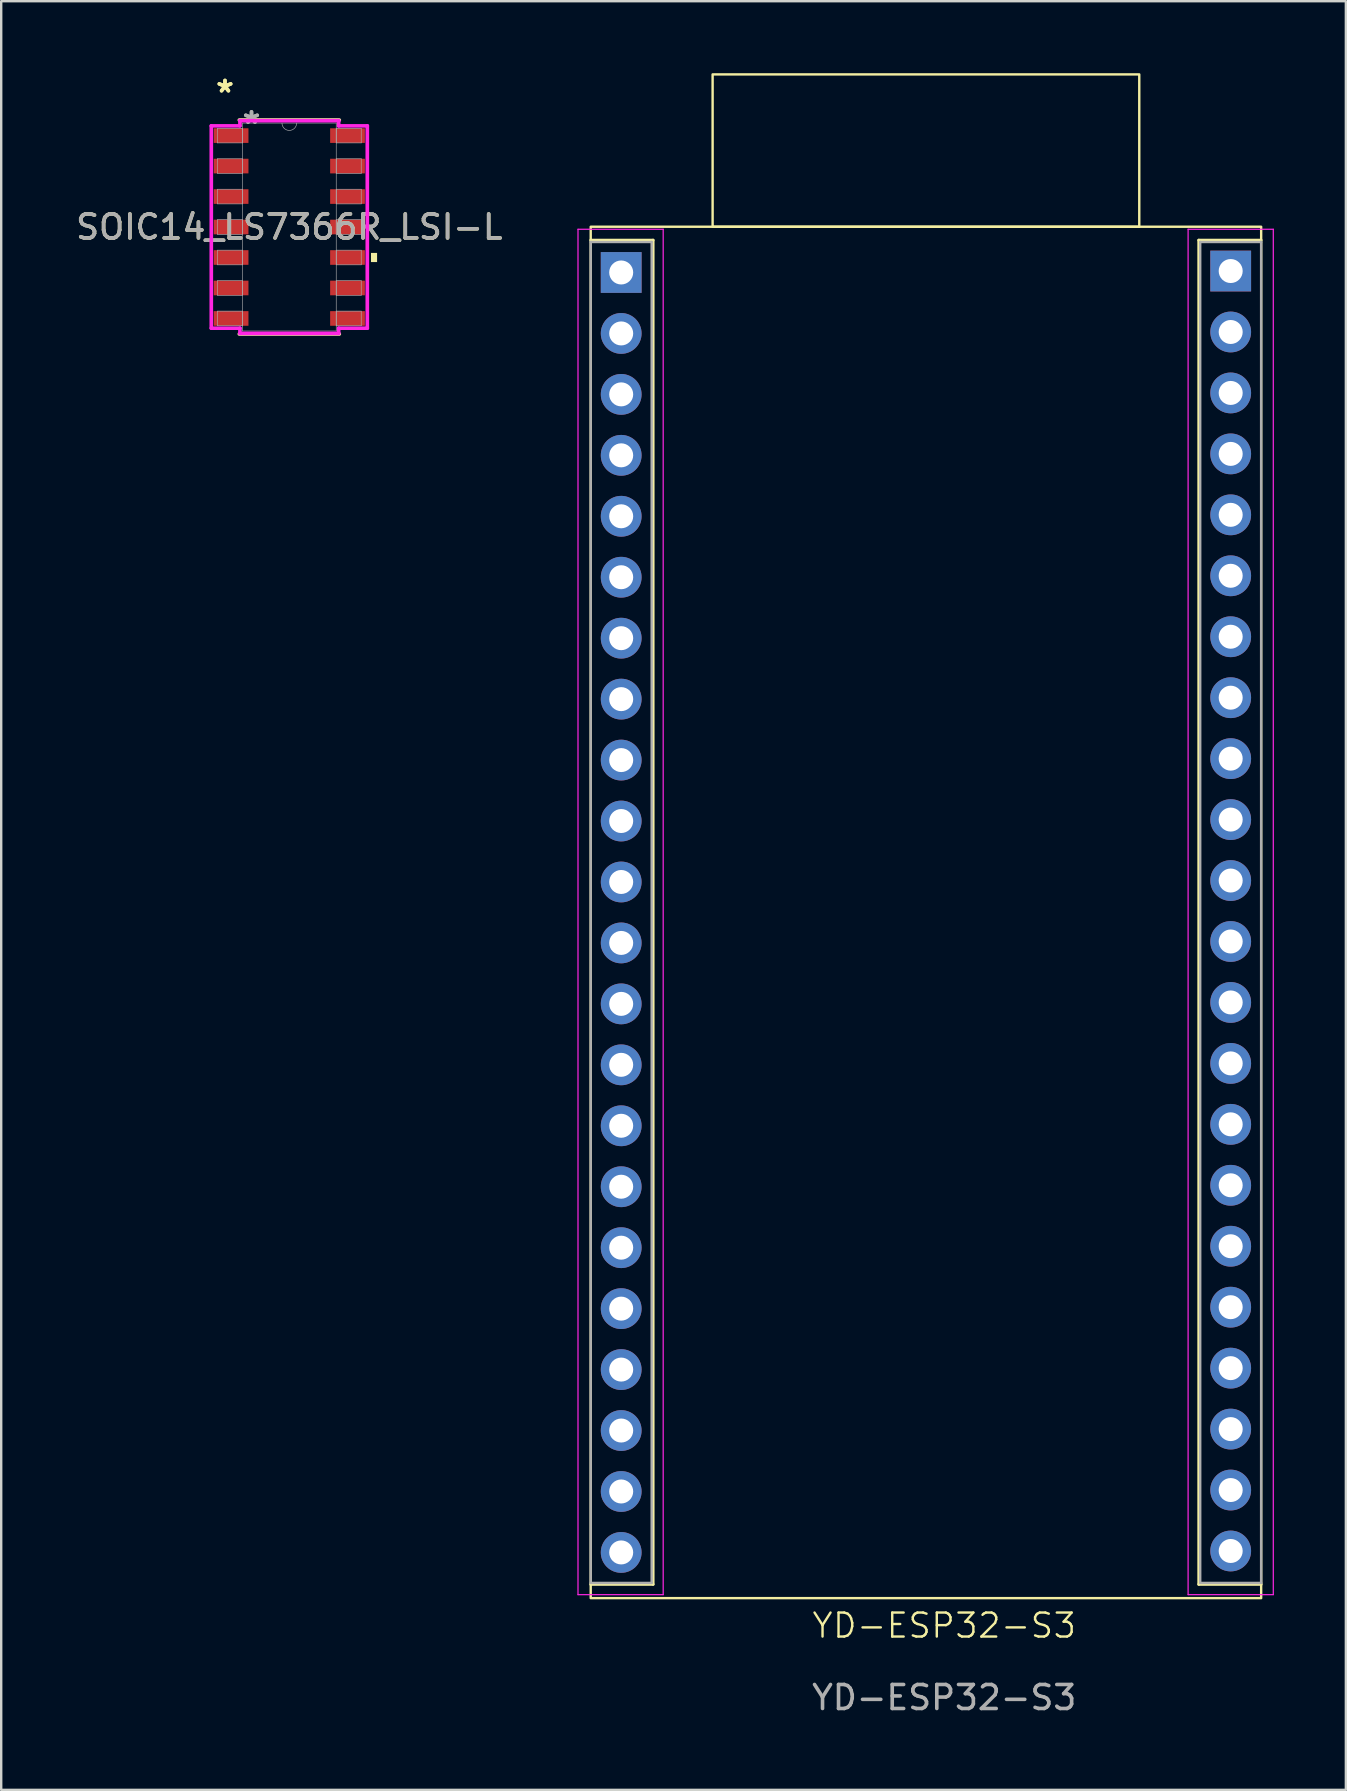
<source format=kicad_pcb>
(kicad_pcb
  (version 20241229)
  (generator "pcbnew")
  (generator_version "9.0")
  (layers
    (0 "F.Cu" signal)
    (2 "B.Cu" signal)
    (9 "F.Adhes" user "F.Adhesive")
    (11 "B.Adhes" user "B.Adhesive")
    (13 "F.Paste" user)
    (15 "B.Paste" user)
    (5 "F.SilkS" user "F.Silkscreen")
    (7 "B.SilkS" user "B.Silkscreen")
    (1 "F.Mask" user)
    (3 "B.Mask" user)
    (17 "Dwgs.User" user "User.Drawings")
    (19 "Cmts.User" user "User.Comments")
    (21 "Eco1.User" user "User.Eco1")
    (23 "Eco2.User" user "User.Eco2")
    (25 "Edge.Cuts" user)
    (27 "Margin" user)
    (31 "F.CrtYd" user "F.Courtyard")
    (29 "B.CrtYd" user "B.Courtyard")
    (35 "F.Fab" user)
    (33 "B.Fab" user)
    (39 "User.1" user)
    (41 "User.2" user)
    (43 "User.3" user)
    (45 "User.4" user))
  (footprint "SOIC14_LS7366R_LSI-L"
    (layer "F.Cu")
    (at 9.006 6.411)
    (property "Reference" "SOIC14_LS7366R_LSI-L" (at 0 0 0) (unlocked yes) (layer "F.SilkS") (effects (font (size 1 1) (thickness 0.15))))
    (attr smd)
    (fp_line (start -2.083 4.458) (end 2.083 4.458) (stroke (width 0.152) (type solid)) (layer "F.SilkS"))
    (fp_line (start 2.083 -4.458) (end -2.083 -4.458) (stroke (width 0.152) (type solid)) (layer "F.SilkS"))
    (fp_poly (pts (xy 3.658 1.079) (xy 3.658 1.46) (xy 3.404 1.46) (xy 3.404 1.079)) (stroke (width 0) (type solid)) (fill yes) (layer "F.SilkS"))
    (fp_line (start -3.251 -4.216) (end -2.057 -4.216) (stroke (width 0.152) (type solid)) (layer "F.CrtYd"))
    (fp_line (start -3.251 4.216) (end -3.251 -4.216) (stroke (width 0.152) (type solid)) (layer "F.CrtYd"))
    (fp_line (start -3.251 4.216) (end -2.057 4.216) (stroke (width 0.152) (type solid)) (layer "F.CrtYd"))
    (fp_line (start -2.057 -4.432) (end 2.057 -4.432) (stroke (width 0.152) (type solid)) (layer "F.CrtYd"))
    (fp_line (start -2.057 -4.216) (end -2.057 -4.432) (stroke (width 0.152) (type solid)) (layer "F.CrtYd"))
    (fp_line (start -2.057 4.432) (end -2.057 4.216) (stroke (width 0.152) (type solid)) (layer "F.CrtYd"))
    (fp_line (start 2.057 -4.432) (end 2.057 -4.216) (stroke (width 0.152) (type solid)) (layer "F.CrtYd"))
    (fp_line (start 2.057 4.216) (end 2.057 4.432) (stroke (width 0.152) (type solid)) (layer "F.CrtYd"))
    (fp_line (start 2.057 4.432) (end -2.057 4.432) (stroke (width 0.152) (type solid)) (layer "F.CrtYd"))
    (fp_line (start 3.251 -4.216) (end 2.057 -4.216) (stroke (width 0.152) (type solid)) (layer "F.CrtYd"))
    (fp_line (start 3.251 -4.216) (end 3.251 4.216) (stroke (width 0.152) (type solid)) (layer "F.CrtYd"))
    (fp_line (start 3.251 4.216) (end 2.057 4.216) (stroke (width 0.152) (type solid)) (layer "F.CrtYd"))
    (fp_line (start -2.997 -4.115) (end -2.997 -3.505) (stroke (width 0.025) (type solid)) (layer "F.Fab"))
    (fp_line (start -2.997 -3.505) (end -1.956 -3.505) (stroke (width 0.025) (type solid)) (layer "F.Fab"))
    (fp_line (start -2.997 -2.845) (end -2.997 -2.235) (stroke (width 0.025) (type solid)) (layer "F.Fab"))
    (fp_line (start -2.997 -2.235) (end -1.956 -2.235) (stroke (width 0.025) (type solid)) (layer "F.Fab"))
    (fp_line (start -2.997 -1.575) (end -2.997 -0.965) (stroke (width 0.025) (type solid)) (layer "F.Fab"))
    (fp_line (start -2.997 -0.965) (end -1.956 -0.965) (stroke (width 0.025) (type solid)) (layer "F.Fab"))
    (fp_line (start -2.997 -0.305) (end -2.997 0.305) (stroke (width 0.025) (type solid)) (layer "F.Fab"))
    (fp_line (start -2.997 0.305) (end -1.956 0.305) (stroke (width 0.025) (type solid)) (layer "F.Fab"))
    (fp_line (start -2.997 0.965) (end -2.997 1.575) (stroke (width 0.025) (type solid)) (layer "F.Fab"))
    (fp_line (start -2.997 1.575) (end -1.956 1.575) (stroke (width 0.025) (type solid)) (layer "F.Fab"))
    (fp_line (start -2.997 2.235) (end -2.997 2.845) (stroke (width 0.025) (type solid)) (layer "F.Fab"))
    (fp_line (start -2.997 2.845) (end -1.956 2.845) (stroke (width 0.025) (type solid)) (layer "F.Fab"))
    (fp_line (start -2.997 3.505) (end -2.997 4.115) (stroke (width 0.025) (type solid)) (layer "F.Fab"))
    (fp_line (start -2.997 4.115) (end -1.956 4.115) (stroke (width 0.025) (type solid)) (layer "F.Fab"))
    (fp_line (start -1.956 -4.331) (end -1.956 4.331) (stroke (width 0.025) (type solid)) (layer "F.Fab"))
    (fp_line (start -1.956 -4.115) (end -2.997 -4.115) (stroke (width 0.025) (type solid)) (layer "F.Fab"))
    (fp_line (start -1.956 -3.505) (end -1.956 -4.115) (stroke (width 0.025) (type solid)) (layer "F.Fab"))
    (fp_line (start -1.956 -2.845) (end -2.997 -2.845) (stroke (width 0.025) (type solid)) (layer "F.Fab"))
    (fp_line (start -1.956 -2.235) (end -1.956 -2.845) (stroke (width 0.025) (type solid)) (layer "F.Fab"))
    (fp_line (start -1.956 -1.575) (end -2.997 -1.575) (stroke (width 0.025) (type solid)) (layer "F.Fab"))
    (fp_line (start -1.956 -0.965) (end -1.956 -1.575) (stroke (width 0.025) (type solid)) (layer "F.Fab"))
    (fp_line (start -1.956 -0.305) (end -2.997 -0.305) (stroke (width 0.025) (type solid)) (layer "F.Fab"))
    (fp_line (start -1.956 0.305) (end -1.956 -0.305) (stroke (width 0.025) (type solid)) (layer "F.Fab"))
    (fp_line (start -1.956 0.965) (end -2.997 0.965) (stroke (width 0.025) (type solid)) (layer "F.Fab"))
    (fp_line (start -1.956 1.575) (end -1.956 0.965) (stroke (width 0.025) (type solid)) (layer "F.Fab"))
    (fp_line (start -1.956 2.235) (end -2.997 2.235) (stroke (width 0.025) (type solid)) (layer "F.Fab"))
    (fp_line (start -1.956 2.845) (end -1.956 2.235) (stroke (width 0.025) (type solid)) (layer "F.Fab"))
    (fp_line (start -1.956 3.505) (end -2.997 3.505) (stroke (width 0.025) (type solid)) (layer "F.Fab"))
    (fp_line (start -1.956 4.115) (end -1.956 3.505) (stroke (width 0.025) (type solid)) (layer "F.Fab"))
    (fp_line (start -1.956 4.331) (end 1.956 4.331) (stroke (width 0.025) (type solid)) (layer "F.Fab"))
    (fp_line (start 1.956 -4.331) (end -1.956 -4.331) (stroke (width 0.025) (type solid)) (layer "F.Fab"))
    (fp_line (start 1.956 -4.115) (end 1.956 -3.505) (stroke (width 0.025) (type solid)) (layer "F.Fab"))
    (fp_line (start 1.956 -3.505) (end 2.997 -3.505) (stroke (width 0.025) (type solid)) (layer "F.Fab"))
    (fp_line (start 1.956 -2.845) (end 1.956 -2.235) (stroke (width 0.025) (type solid)) (layer "F.Fab"))
    (fp_line (start 1.956 -2.235) (end 2.997 -2.235) (stroke (width 0.025) (type solid)) (layer "F.Fab"))
    (fp_line (start 1.956 -1.575) (end 1.956 -0.965) (stroke (width 0.025) (type solid)) (layer "F.Fab"))
    (fp_line (start 1.956 -0.965) (end 2.997 -0.965) (stroke (width 0.025) (type solid)) (layer "F.Fab"))
    (fp_line (start 1.956 -0.305) (end 1.956 0.305) (stroke (width 0.025) (type solid)) (layer "F.Fab"))
    (fp_line (start 1.956 0.305) (end 2.997 0.305) (stroke (width 0.025) (type solid)) (layer "F.Fab"))
    (fp_line (start 1.956 0.965) (end 1.956 1.575) (stroke (width 0.025) (type solid)) (layer "F.Fab"))
    (fp_line (start 1.956 1.575) (end 2.997 1.575) (stroke (width 0.025) (type solid)) (layer "F.Fab"))
    (fp_line (start 1.956 2.235) (end 1.956 2.845) (stroke (width 0.025) (type solid)) (layer "F.Fab"))
    (fp_line (start 1.956 2.845) (end 2.997 2.845) (stroke (width 0.025) (type solid)) (layer "F.Fab"))
    (fp_line (start 1.956 3.505) (end 1.956 4.115) (stroke (width 0.025) (type solid)) (layer "F.Fab"))
    (fp_line (start 1.956 4.115) (end 2.997 4.115) (stroke (width 0.025) (type solid)) (layer "F.Fab"))
    (fp_line (start 1.956 4.331) (end 1.956 -4.331) (stroke (width 0.025) (type solid)) (layer "F.Fab"))
    (fp_line (start 2.997 -4.115) (end 1.956 -4.115) (stroke (width 0.025) (type solid)) (layer "F.Fab"))
    (fp_line (start 2.997 -3.505) (end 2.997 -4.115) (stroke (width 0.025) (type solid)) (layer "F.Fab"))
    (fp_line (start 2.997 -2.845) (end 1.956 -2.845) (stroke (width 0.025) (type solid)) (layer "F.Fab"))
    (fp_line (start 2.997 -2.235) (end 2.997 -2.845) (stroke (width 0.025) (type solid)) (layer "F.Fab"))
    (fp_line (start 2.997 -1.575) (end 1.956 -1.575) (stroke (width 0.025) (type solid)) (layer "F.Fab"))
    (fp_line (start 2.997 -0.965) (end 2.997 -1.575) (stroke (width 0.025) (type solid)) (layer "F.Fab"))
    (fp_line (start 2.997 -0.305) (end 1.956 -0.305) (stroke (width 0.025) (type solid)) (layer "F.Fab"))
    (fp_line (start 2.997 0.305) (end 2.997 -0.305) (stroke (width 0.025) (type solid)) (layer "F.Fab"))
    (fp_line (start 2.997 0.965) (end 1.956 0.965) (stroke (width 0.025) (type solid)) (layer "F.Fab"))
    (fp_line (start 2.997 1.575) (end 2.997 0.965) (stroke (width 0.025) (type solid)) (layer "F.Fab"))
    (fp_line (start 2.997 2.235) (end 1.956 2.235) (stroke (width 0.025) (type solid)) (layer "F.Fab"))
    (fp_line (start 2.997 2.845) (end 2.997 2.235) (stroke (width 0.025) (type solid)) (layer "F.Fab"))
    (fp_line (start 2.997 3.505) (end 1.956 3.505) (stroke (width 0.025) (type solid)) (layer "F.Fab"))
    (fp_line (start 2.997 4.115) (end 2.997 3.505) (stroke (width 0.025) (type solid)) (layer "F.Fab"))
    (fp_arc (start 0.3048 -4.3307) (mid 0 -4.0259) (end -0.3048 -4.3307) (stroke (width 0.0254) (type solid)) (layer "F.Fab"))
    (fp_text user "*" (at -2.68 -5.563 0) (layer "F.SilkS") (effects (font (size 1 1) (thickness 0.15))))
    (fp_text user "*" (at -2.68 -5.563 0) (unlocked yes) (layer "F.SilkS") (effects (font (size 1 1) (thickness 0.15))))
    (fp_text user "*" (at -1.575 -4.255 0) (unlocked yes) (layer "F.Fab") (effects (font (size 1 1) (thickness 0.15))))
    (fp_text user "${REFERENCE}" (at 0 0 0) (unlocked yes) (layer "F.Fab") (effects (font (size 1 1) (thickness 0.15))))
    (fp_text user "*" (at -1.575 -4.255 0) (layer "F.Fab") (effects (font (size 1 1) (thickness 0.15))))
    (pad "1" smd rect (at -2.426 -3.81) (size 1.448 0.61) (layers "F.Cu" "F.Mask" "F.Paste"))
    (pad "2" smd rect (at -2.426 -2.54) (size 1.448 0.61) (layers "F.Cu" "F.Mask" "F.Paste"))
    (pad "3" smd rect (at -2.426 -1.27) (size 1.448 0.61) (layers "F.Cu" "F.Mask" "F.Paste"))
    (pad "4" smd rect (at -2.426 0) (size 1.448 0.61) (layers "F.Cu" "F.Mask" "F.Paste"))
    (pad "5" smd rect (at -2.426 1.27) (size 1.448 0.61) (layers "F.Cu" "F.Mask" "F.Paste"))
    (pad "6" smd rect (at -2.426 2.54) (size 1.448 0.61) (layers "F.Cu" "F.Mask" "F.Paste"))
    (pad "7" smd rect (at -2.426 3.81) (size 1.448 0.61) (layers "F.Cu" "F.Mask" "F.Paste"))
    (pad "8" smd rect (at 2.426 3.81) (size 1.448 0.61) (layers "F.Cu" "F.Mask" "F.Paste"))
    (pad "9" smd rect (at 2.426 2.54) (size 1.448 0.61) (layers "F.Cu" "F.Mask" "F.Paste"))
    (pad "10" smd rect (at 2.426 1.27) (size 1.448 0.61) (layers "F.Cu" "F.Mask" "F.Paste"))
    (pad "11" smd rect (at 2.426 0) (size 1.448 0.61) (layers "F.Cu" "F.Mask" "F.Paste"))
    (pad "12" smd rect (at 2.426 -1.27) (size 1.448 0.61) (layers "F.Cu" "F.Mask" "F.Paste"))
    (pad "13" smd rect (at 2.426 -2.54) (size 1.448 0.61) (layers "F.Cu" "F.Mask" "F.Paste"))
    (pad "14" smd rect (at 2.426 -3.81) (size 1.448 0.61) (layers "F.Cu" "F.Mask" "F.Paste")))
  (footprint "YD-ESP32-S3"
    (layer "F.Cu")
    (at 22.837 8.305)
    (property "Reference" "YD-ESP32-S3" (at 13.462 56.388 0) (unlocked yes) (layer "F.SilkS") (effects (font (size 1 1) (thickness 0.1))))
    (attr smd)
    (fp_line (start -1.27 -1.346) (end 1.33 -1.346) (stroke (width 0.12) (type solid)) (layer "F.SilkS"))
    (fp_line (start -1.27 54.67) (end 1.33 54.67) (stroke (width 0.12) (type solid)) (layer "F.SilkS"))
    (fp_line (start 1.33 -1.346) (end 1.33 54.67) (stroke (width 0.12) (type solid)) (layer "F.SilkS"))
    (fp_line (start 24.07 -1.346) (end 24.07 54.67) (stroke (width 0.12) (type solid)) (layer "F.SilkS"))
    (fp_line (start 24.07 -1.346) (end 26.67 -1.346) (stroke (width 0.12) (type solid)) (layer "F.SilkS"))
    (fp_line (start 24.07 54.67) (end 26.67 54.67) (stroke (width 0.12) (type solid)) (layer "F.SilkS"))
    (fp_rect (start -1.27 -1.905) (end 26.67 55.245) (stroke (width 0.1) (type default)) (fill no) (layer "F.SilkS"))
    (fp_rect (start 3.81 -8.255) (end 21.59 -1.905) (stroke (width 0.1) (type default)) (fill no) (layer "F.SilkS"))
    (fp_line (start -1.8 -1.8) (end 1.75 -1.8) (stroke (width 0.05) (type solid)) (layer "F.CrtYd"))
    (fp_line (start -1.8 55.1) (end -1.8 -1.8) (stroke (width 0.05) (type solid)) (layer "F.CrtYd"))
    (fp_line (start 1.75 -1.8) (end 1.75 55.1) (stroke (width 0.05) (type solid)) (layer "F.CrtYd"))
    (fp_line (start 1.75 55.1) (end -1.8 55.1) (stroke (width 0.05) (type solid)) (layer "F.CrtYd"))
    (fp_line (start 23.625 -1.801) (end 27.175 -1.801) (stroke (width 0.05) (type solid)) (layer "F.CrtYd"))
    (fp_line (start 23.625 55.099) (end 23.625 -1.801) (stroke (width 0.05) (type solid)) (layer "F.CrtYd"))
    (fp_line (start 27.175 -1.801) (end 27.175 55.099) (stroke (width 0.05) (type solid)) (layer "F.CrtYd"))
    (fp_line (start 27.175 55.099) (end 23.625 55.099) (stroke (width 0.05) (type solid)) (layer "F.CrtYd"))
    (fp_line (start -1.27 -1.27) (end 1.27 -1.27) (stroke (width 0.1) (type solid)) (layer "F.Fab"))
    (fp_line (start -1.27 54.61) (end -1.27 -1.27) (stroke (width 0.1) (type solid)) (layer "F.Fab"))
    (fp_line (start 1.27 -1.27) (end 1.27 54.61) (stroke (width 0.1) (type solid)) (layer "F.Fab"))
    (fp_line (start 1.27 54.61) (end -1.27 54.61) (stroke (width 0.1) (type solid)) (layer "F.Fab"))
    (fp_line (start 24.13 -1.27) (end 26.67 -1.27) (stroke (width 0.1) (type solid)) (layer "F.Fab"))
    (fp_line (start 24.13 54.61) (end 24.13 -1.27) (stroke (width 0.1) (type solid)) (layer "F.Fab"))
    (fp_line (start 26.67 -1.27) (end 26.67 54.61) (stroke (width 0.1) (type solid)) (layer "F.Fab"))
    (fp_line (start 26.67 54.61) (end 24.13 54.61) (stroke (width 0.1) (type solid)) (layer "F.Fab"))
    (fp_text user "${REFERENCE}" (at 13.462 59.388 0) (unlocked yes) (layer "F.Fab") (effects (font (size 1 1) (thickness 0.15))))
    (pad "1" thru_hole rect (at 0 0) (size 1.7 1.7) (drill 1) (layers "*.Cu" "*.Mask"))
    (pad "2" thru_hole oval (at 0 2.54) (size 1.7 1.7) (drill 1) (layers "*.Cu" "*.Mask"))
    (pad "3" thru_hole oval (at 0 5.08) (size 1.7 1.7) (drill 1) (layers "*.Cu" "*.Mask"))
    (pad "4" thru_hole oval (at 0 7.62) (size 1.7 1.7) (drill 1) (layers "*.Cu" "*.Mask"))
    (pad "5" thru_hole oval (at 0 10.16) (size 1.7 1.7) (drill 1) (layers "*.Cu" "*.Mask"))
    (pad "6" thru_hole oval (at 0 12.7) (size 1.7 1.7) (drill 1) (layers "*.Cu" "*.Mask"))
    (pad "7" thru_hole oval (at 0 15.24) (size 1.7 1.7) (drill 1) (layers "*.Cu" "*.Mask"))
    (pad "8" thru_hole oval (at 0 17.78) (size 1.7 1.7) (drill 1) (layers "*.Cu" "*.Mask"))
    (pad "9" thru_hole oval (at 0 20.32) (size 1.7 1.7) (drill 1) (layers "*.Cu" "*.Mask"))
    (pad "10" thru_hole oval (at 0 22.86) (size 1.7 1.7) (drill 1) (layers "*.Cu" "*.Mask"))
    (pad "11" thru_hole oval (at 0 25.4) (size 1.7 1.7) (drill 1) (layers "*.Cu" "*.Mask"))
    (pad "12" thru_hole oval (at 0 27.94) (size 1.7 1.7) (drill 1) (layers "*.Cu" "*.Mask"))
    (pad "13" thru_hole oval (at 0 30.48) (size 1.7 1.7) (drill 1) (layers "*.Cu" "*.Mask"))
    (pad "14" thru_hole oval (at 0 33.02) (size 1.7 1.7) (drill 1) (layers "*.Cu" "*.Mask"))
    (pad "15" thru_hole oval (at 0 35.56) (size 1.7 1.7) (drill 1) (layers "*.Cu" "*.Mask"))
    (pad "16" thru_hole oval (at 0 38.1) (size 1.7 1.7) (drill 1) (layers "*.Cu" "*.Mask"))
    (pad "17" thru_hole oval (at 0 40.64) (size 1.7 1.7) (drill 1) (layers "*.Cu" "*.Mask"))
    (pad "18" thru_hole oval (at 0 43.18) (size 1.7 1.7) (drill 1) (layers "*.Cu" "*.Mask"))
    (pad "19" thru_hole oval (at 0 45.72) (size 1.7 1.7) (drill 1) (layers "*.Cu" "*.Mask"))
    (pad "20" thru_hole oval (at 0 48.26) (size 1.7 1.7) (drill 1) (layers "*.Cu" "*.Mask"))
    (pad "21" thru_hole oval (at 0 50.8) (size 1.7 1.7) (drill 1) (layers "*.Cu" "*.Mask"))
    (pad "22" thru_hole oval (at 0 53.34) (size 1.7 1.7) (drill 1) (layers "*.Cu" "*.Mask"))
    (pad "23" thru_hole oval (at 25.4 53.28) (size 1.7 1.7) (drill 1) (layers "*.Cu" "*.Mask"))
    (pad "24" thru_hole oval (at 25.4 50.74) (size 1.7 1.7) (drill 1) (layers "*.Cu" "*.Mask"))
    (pad "25" thru_hole oval (at 25.4 48.2) (size 1.7 1.7) (drill 1) (layers "*.Cu" "*.Mask"))
    (pad "26" thru_hole oval (at 25.4 45.66) (size 1.7 1.7) (drill 1) (layers "*.Cu" "*.Mask"))
    (pad "27" thru_hole oval (at 25.4 43.12) (size 1.7 1.7) (drill 1) (layers "*.Cu" "*.Mask"))
    (pad "28" thru_hole oval (at 25.4 40.58) (size 1.7 1.7) (drill 1) (layers "*.Cu" "*.Mask"))
    (pad "29" thru_hole oval (at 25.4 38.04) (size 1.7 1.7) (drill 1) (layers "*.Cu" "*.Mask"))
    (pad "30" thru_hole oval (at 25.4 35.5) (size 1.7 1.7) (drill 1) (layers "*.Cu" "*.Mask"))
    (pad "31" thru_hole oval (at 25.4 32.96) (size 1.7 1.7) (drill 1) (layers "*.Cu" "*.Mask"))
    (pad "32" thru_hole oval (at 25.4 30.42) (size 1.7 1.7) (drill 1) (layers "*.Cu" "*.Mask"))
    (pad "33" thru_hole oval (at 25.4 27.88) (size 1.7 1.7) (drill 1) (layers "*.Cu" "*.Mask"))
    (pad "34" thru_hole oval (at 25.4 25.34) (size 1.7 1.7) (drill 1) (layers "*.Cu" "*.Mask"))
    (pad "35" thru_hole oval (at 25.4 22.8) (size 1.7 1.7) (drill 1) (layers "*.Cu" "*.Mask"))
    (pad "36" thru_hole oval (at 25.4 20.26) (size 1.7 1.7) (drill 1) (layers "*.Cu" "*.Mask"))
    (pad "37" thru_hole oval (at 25.4 17.72) (size 1.7 1.7) (drill 1) (layers "*.Cu" "*.Mask"))
    (pad "38" thru_hole oval (at 25.4 15.18) (size 1.7 1.7) (drill 1) (layers "*.Cu" "*.Mask"))
    (pad "39" thru_hole oval (at 25.4 12.64) (size 1.7 1.7) (drill 1) (layers "*.Cu" "*.Mask"))
    (pad "40" thru_hole oval (at 25.4 10.1) (size 1.7 1.7) (drill 1) (layers "*.Cu" "*.Mask"))
    (pad "41" thru_hole oval (at 25.4 7.56) (size 1.7 1.7) (drill 1) (layers "*.Cu" "*.Mask"))
    (pad "42" thru_hole oval (at 25.4 5.02) (size 1.7 1.7) (drill 1) (layers "*.Cu" "*.Mask"))
    (pad "43" thru_hole oval (at 25.4 2.48) (size 1.7 1.7) (drill 1) (layers "*.Cu" "*.Mask"))
    (pad "44" thru_hole rect (at 25.4 -0.06) (size 1.7 1.7) (drill 1) (layers "*.Cu" "*.Mask")))
  (gr_rect
    (start -3 -3)
    (end 53.037 71.541)
    (stroke (width 0.1) (type default))
    (fill no)
    (layer "Edge.Cuts")))
</source>
